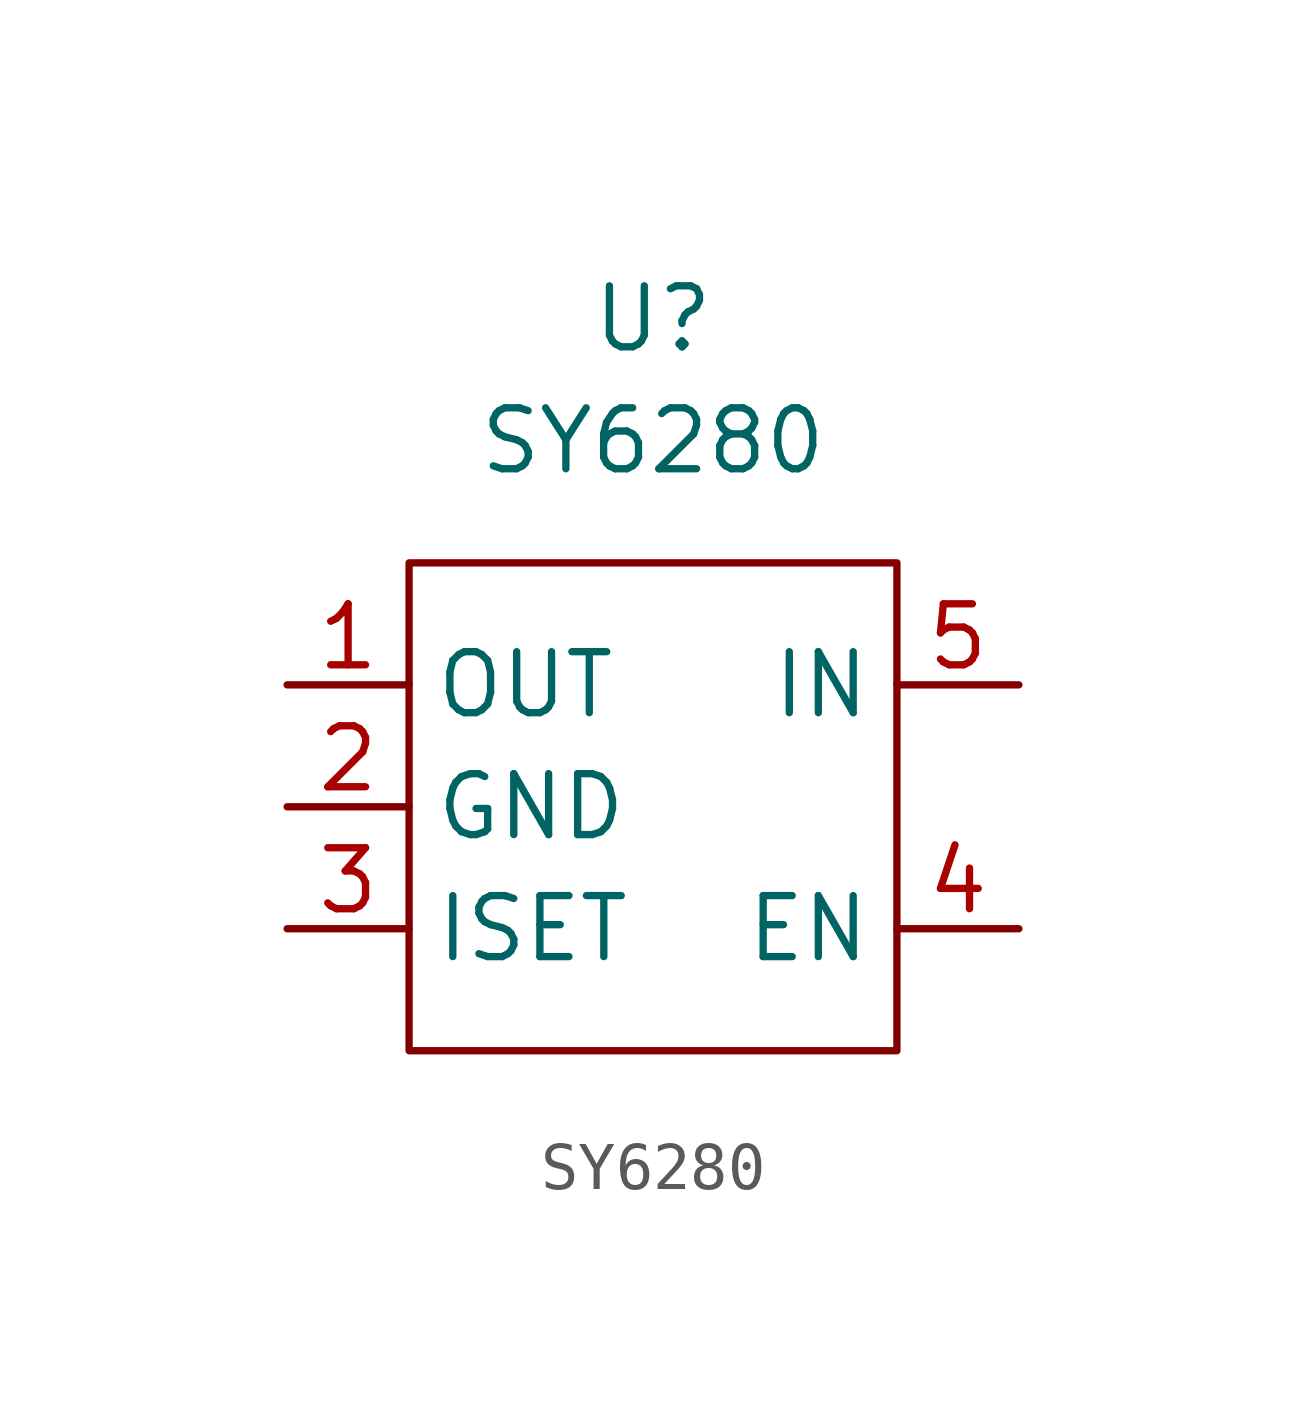
<source format=kicad_sym>
(kicad_symbol_lib
  (version 20220914)
  (generator kicad_symbol_editor)
  (symbol "SY6280"
    (property "Reference" "U"
      (at 0 0 0)
      (effects (font (size 1.27 1.27))))
    (property "Value" "SY6280"
      (at 0 -2.54 0)
      (effects (font (size 1.27 1.27))))
    (symbol "SY6280_0_1"
      (rectangle (start -5.08 -5.08) (end 5.08 -15.24) (stroke (width 0) (type default)) (fill (type none))))
    (symbol "SY6280_1_1"
      (pin power_out line (at -7.62 -7.62 0) (length 2.54) (name "OUT" (effects (font (size 1.27 1.27)))) (number "1" (effects (font (size 1.27 1.27)))))
      (pin power_in line (at -7.62 -10.16 0) (length 2.54) (name "GND" (effects (font (size 1.27 1.27)))) (number "2" (effects (font (size 1.27 1.27)))))
      (pin input line (at -7.62 -12.7 0) (length 2.54) (name "ISET" (effects (font (size 1.27 1.27)))) (number "3" (effects (font (size 1.27 1.27)))))
      (pin input line (at 7.62 -12.7 180) (length 2.54) (name "EN" (effects (font (size 1.27 1.27)))) (number "4" (effects (font (size 1.27 1.27)))))
      (pin power_in line (at 7.62 -7.62 180) (length 2.54) (name "IN" (effects (font (size 1.27 1.27)))) (number "5" (effects (font (size 1.27 1.27))))))))
</source>
